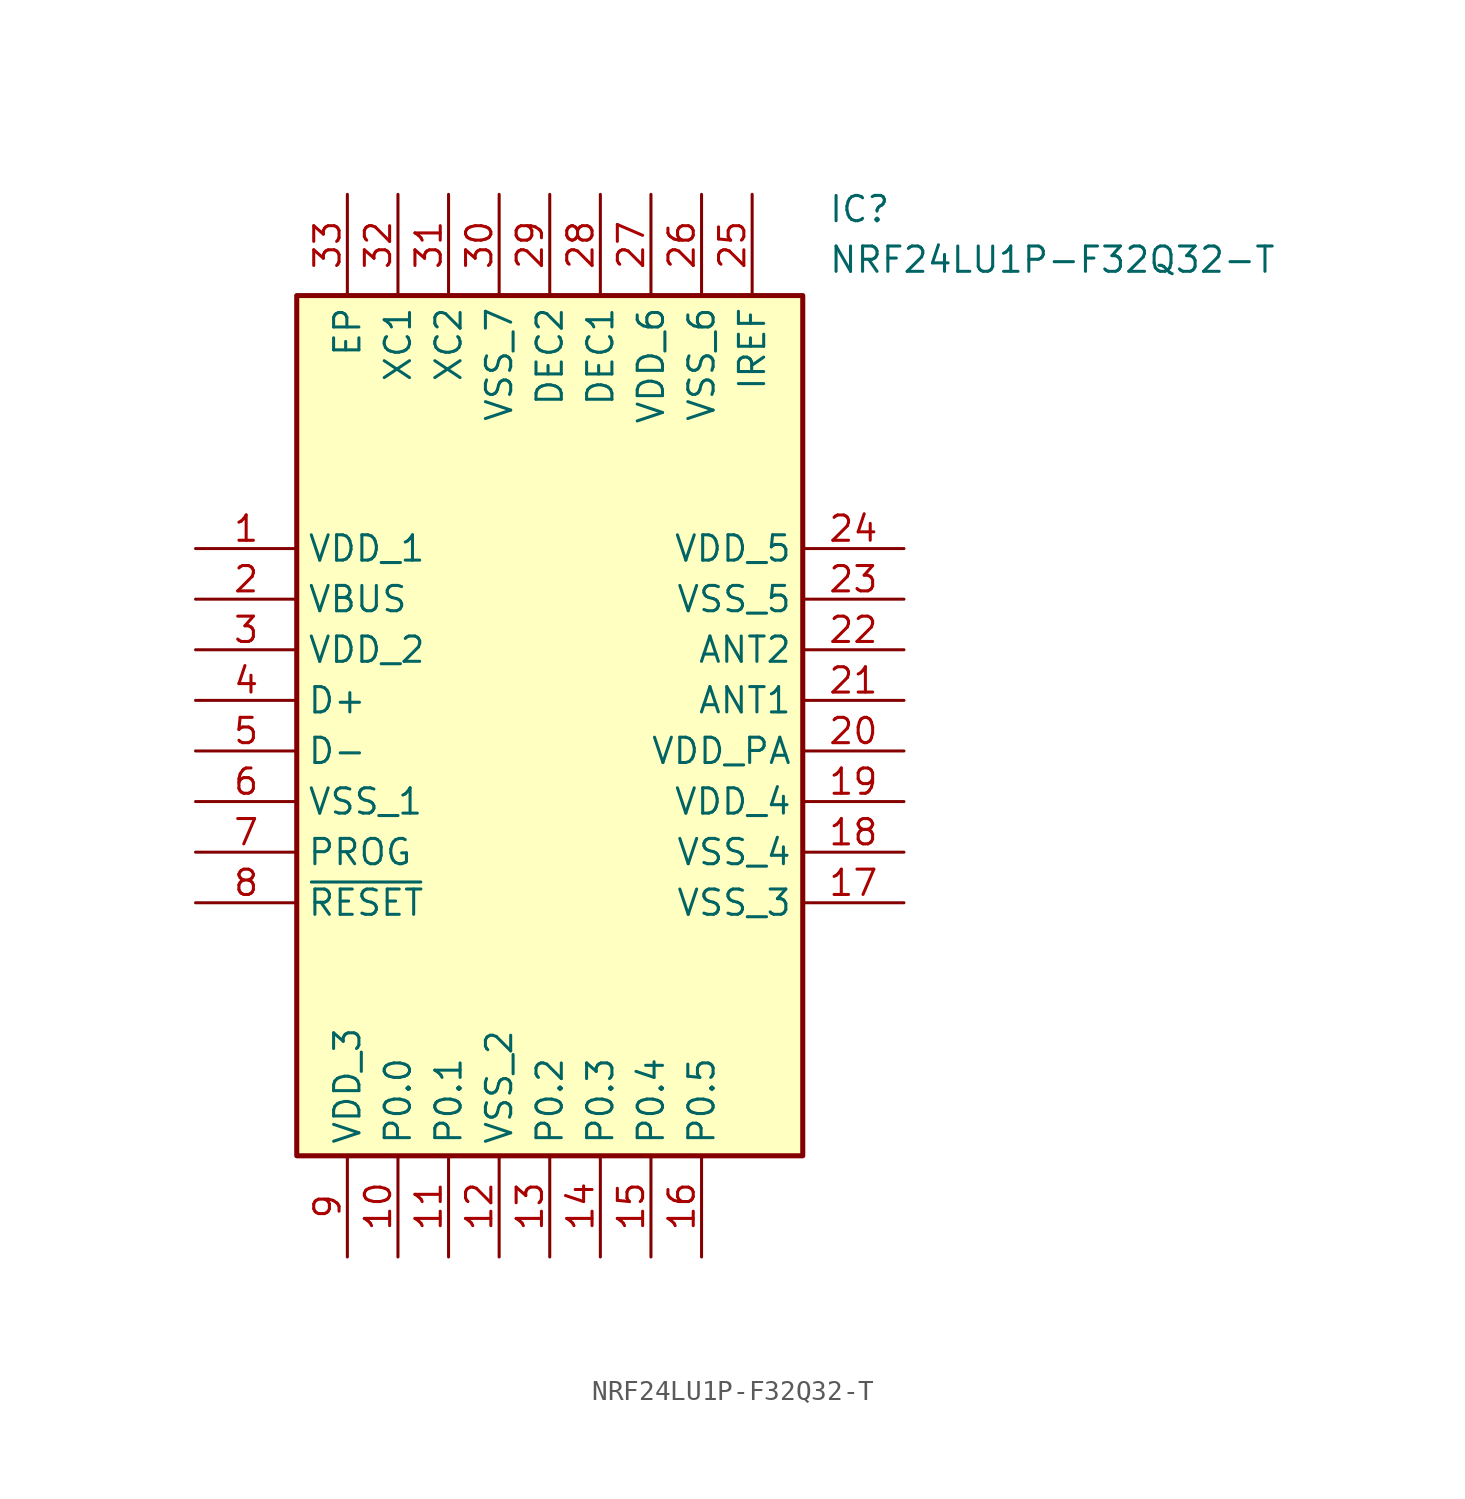
<source format=kicad_sym>
(kicad_symbol_lib
  (version 20211014)
  (generator SamacSys_ECAD_Model)
  (symbol "NRF24LU1P-F32Q32-T"
    (property "Reference" "IC"
      (at 31.75 17.78 0)
      (effects (font (size 1.27 1.27)) (justify left top)))
    (property "Value" "NRF24LU1P-F32Q32-T"
      (at 31.75 15.24 0)
      (effects (font (size 1.27 1.27)) (justify left top)))
    (rectangle
      (start 5.08 12.7)
      (end 30.48 -30.48)
      (stroke (width 0.254) (type default))
      (fill (type background)))
    (pin passive line
      (at 0 0 0)
      (length 5.08)
      (name "VDD_1" (effects (font (size 1.27 1.27))))
      (number "1" (effects (font (size 1.27 1.27)))))
    (pin passive line
      (at 0 -2.54 0)
      (length 5.08)
      (name "VBUS" (effects (font (size 1.27 1.27))))
      (number "2" (effects (font (size 1.27 1.27)))))
    (pin passive line
      (at 0 -5.08 0)
      (length 5.08)
      (name "VDD_2" (effects (font (size 1.27 1.27))))
      (number "3" (effects (font (size 1.27 1.27)))))
    (pin passive line
      (at 0 -7.62 0)
      (length 5.08)
      (name "D+" (effects (font (size 1.27 1.27))))
      (number "4" (effects (font (size 1.27 1.27)))))
    (pin passive line
      (at 0 -10.16 0)
      (length 5.08)
      (name "D-" (effects (font (size 1.27 1.27))))
      (number "5" (effects (font (size 1.27 1.27)))))
    (pin passive line
      (at 0 -12.7 0)
      (length 5.08)
      (name "VSS_1" (effects (font (size 1.27 1.27))))
      (number "6" (effects (font (size 1.27 1.27)))))
    (pin passive line
      (at 0 -15.24 0)
      (length 5.08)
      (name "PROG" (effects (font (size 1.27 1.27))))
      (number "7" (effects (font (size 1.27 1.27)))))
    (pin passive line
      (at 0 -17.78 0)
      (length 5.08)
      (name "~{RESET}" (effects (font (size 1.27 1.27))))
      (number "8" (effects (font (size 1.27 1.27)))))
    (pin passive line
      (at 7.62 -35.56 90)
      (length 5.08)
      (name "VDD_3" (effects (font (size 1.27 1.27))))
      (number "9" (effects (font (size 1.27 1.27)))))
    (pin passive line
      (at 10.16 -35.56 90)
      (length 5.08)
      (name "P0.0" (effects (font (size 1.27 1.27))))
      (number "10" (effects (font (size 1.27 1.27)))))
    (pin passive line
      (at 12.7 -35.56 90)
      (length 5.08)
      (name "P0.1" (effects (font (size 1.27 1.27))))
      (number "11" (effects (font (size 1.27 1.27)))))
    (pin passive line
      (at 15.24 -35.56 90)
      (length 5.08)
      (name "VSS_2" (effects (font (size 1.27 1.27))))
      (number "12" (effects (font (size 1.27 1.27)))))
    (pin passive line
      (at 17.78 -35.56 90)
      (length 5.08)
      (name "P0.2" (effects (font (size 1.27 1.27))))
      (number "13" (effects (font (size 1.27 1.27)))))
    (pin passive line
      (at 20.32 -35.56 90)
      (length 5.08)
      (name "P0.3" (effects (font (size 1.27 1.27))))
      (number "14" (effects (font (size 1.27 1.27)))))
    (pin passive line
      (at 22.86 -35.56 90)
      (length 5.08)
      (name "P0.4" (effects (font (size 1.27 1.27))))
      (number "15" (effects (font (size 1.27 1.27)))))
    (pin passive line
      (at 25.4 -35.56 90)
      (length 5.08)
      (name "P0.5" (effects (font (size 1.27 1.27))))
      (number "16" (effects (font (size 1.27 1.27)))))
    (pin passive line
      (at 35.56 0 180)
      (length 5.08)
      (name "VDD_5" (effects (font (size 1.27 1.27))))
      (number "24" (effects (font (size 1.27 1.27)))))
    (pin passive line
      (at 35.56 -2.54 180)
      (length 5.08)
      (name "VSS_5" (effects (font (size 1.27 1.27))))
      (number "23" (effects (font (size 1.27 1.27)))))
    (pin passive line
      (at 35.56 -5.08 180)
      (length 5.08)
      (name "ANT2" (effects (font (size 1.27 1.27))))
      (number "22" (effects (font (size 1.27 1.27)))))
    (pin passive line
      (at 35.56 -7.62 180)
      (length 5.08)
      (name "ANT1" (effects (font (size 1.27 1.27))))
      (number "21" (effects (font (size 1.27 1.27)))))
    (pin passive line
      (at 35.56 -10.16 180)
      (length 5.08)
      (name "VDD_PA" (effects (font (size 1.27 1.27))))
      (number "20" (effects (font (size 1.27 1.27)))))
    (pin passive line
      (at 35.56 -12.7 180)
      (length 5.08)
      (name "VDD_4" (effects (font (size 1.27 1.27))))
      (number "19" (effects (font (size 1.27 1.27)))))
    (pin passive line
      (at 35.56 -15.24 180)
      (length 5.08)
      (name "VSS_4" (effects (font (size 1.27 1.27))))
      (number "18" (effects (font (size 1.27 1.27)))))
    (pin passive line
      (at 35.56 -17.78 180)
      (length 5.08)
      (name "VSS_3" (effects (font (size 1.27 1.27))))
      (number "17" (effects (font (size 1.27 1.27)))))
    (pin passive line
      (at 7.62 17.78 270)
      (length 5.08)
      (name "EP" (effects (font (size 1.27 1.27))))
      (number "33" (effects (font (size 1.27 1.27)))))
    (pin passive line
      (at 10.16 17.78 270)
      (length 5.08)
      (name "XC1" (effects (font (size 1.27 1.27))))
      (number "32" (effects (font (size 1.27 1.27)))))
    (pin passive line
      (at 12.7 17.78 270)
      (length 5.08)
      (name "XC2" (effects (font (size 1.27 1.27))))
      (number "31" (effects (font (size 1.27 1.27)))))
    (pin passive line
      (at 15.24 17.78 270)
      (length 5.08)
      (name "VSS_7" (effects (font (size 1.27 1.27))))
      (number "30" (effects (font (size 1.27 1.27)))))
    (pin passive line
      (at 17.78 17.78 270)
      (length 5.08)
      (name "DEC2" (effects (font (size 1.27 1.27))))
      (number "29" (effects (font (size 1.27 1.27)))))
    (pin passive line
      (at 20.32 17.78 270)
      (length 5.08)
      (name "DEC1" (effects (font (size 1.27 1.27))))
      (number "28" (effects (font (size 1.27 1.27)))))
    (pin passive line
      (at 22.86 17.78 270)
      (length 5.08)
      (name "VDD_6" (effects (font (size 1.27 1.27))))
      (number "27" (effects (font (size 1.27 1.27)))))
    (pin passive line
      (at 25.4 17.78 270)
      (length 5.08)
      (name "VSS_6" (effects (font (size 1.27 1.27))))
      (number "26" (effects (font (size 1.27 1.27)))))
    (pin passive line
      (at 27.94 17.78 270)
      (length 5.08)
      (name "IREF" (effects (font (size 1.27 1.27))))
      (number "25" (effects (font (size 1.27 1.27)))))))
</source>
